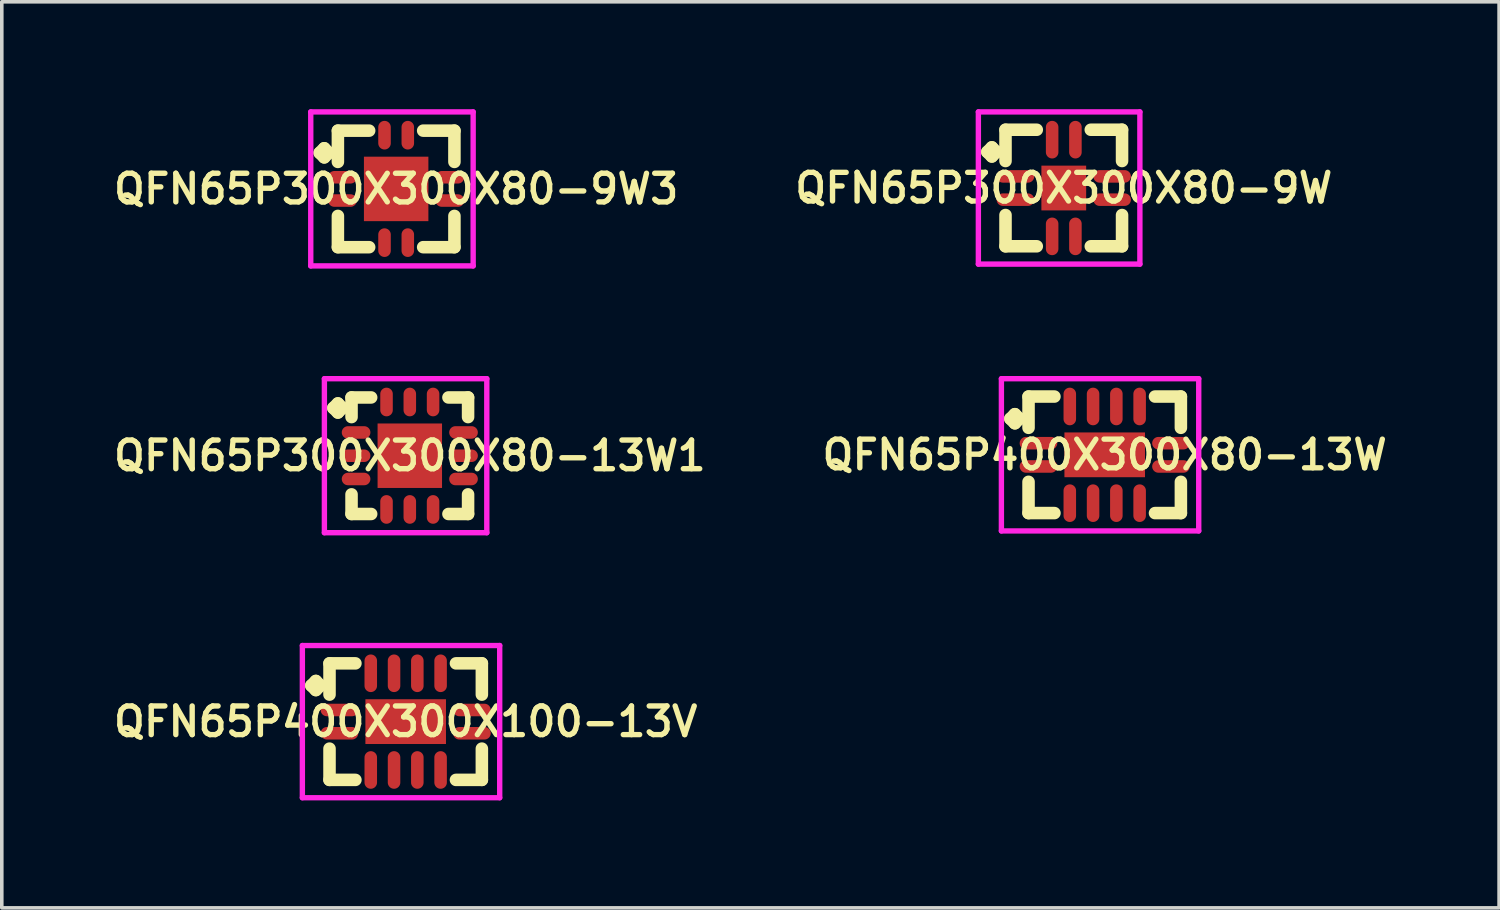
<source format=kicad_pcb>
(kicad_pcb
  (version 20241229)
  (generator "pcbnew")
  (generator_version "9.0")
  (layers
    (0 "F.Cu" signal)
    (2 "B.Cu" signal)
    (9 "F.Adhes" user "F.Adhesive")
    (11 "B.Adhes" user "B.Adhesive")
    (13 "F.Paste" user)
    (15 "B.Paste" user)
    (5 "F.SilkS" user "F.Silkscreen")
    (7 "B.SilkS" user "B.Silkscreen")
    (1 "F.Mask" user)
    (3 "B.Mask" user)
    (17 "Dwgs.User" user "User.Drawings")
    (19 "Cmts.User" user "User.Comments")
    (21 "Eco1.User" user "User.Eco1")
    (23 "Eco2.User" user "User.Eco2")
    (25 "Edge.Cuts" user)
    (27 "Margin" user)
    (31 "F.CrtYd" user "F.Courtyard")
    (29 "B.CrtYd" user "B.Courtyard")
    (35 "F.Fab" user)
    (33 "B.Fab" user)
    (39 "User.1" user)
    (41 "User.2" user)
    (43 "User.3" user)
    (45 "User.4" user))
  (footprint "QFN65P400X300X100-13V"
    (layer "F.Cu")
    (at 8.278 17.1)
    (property "Reference" "QFN65P400X300X100-13V" (at 0 0 0) (layer "F.SilkS") (effects (font (size 0.8 0.8) (thickness 0.15))))
    (attr through_hole)
    (fp_line (start -2.635 -1.008) (end -2.508 -1.135) (stroke (width 0.35) (type solid)) (layer "F.SilkS"))
    (fp_line (start -2.508 -1.135) (end -2.381 -1.008) (stroke (width 0.35) (type solid)) (layer "F.SilkS"))
    (fp_line (start -2.508 -0.881) (end -2.635 -1.008) (stroke (width 0.35) (type solid)) (layer "F.SilkS"))
    (fp_line (start -2.381 -1.008) (end -2.508 -0.881) (stroke (width 0.35) (type solid)) (layer "F.SilkS"))
    (fp_line (start -2.127 -1.627) (end -1.404 -1.627) (stroke (width 0.35) (type solid)) (layer "F.SilkS"))
    (fp_line (start -2.127 -0.754) (end -2.127 -1.627) (stroke (width 0.35) (type solid)) (layer "F.SilkS"))
    (fp_line (start -2.127 0.754) (end -2.127 1.627) (stroke (width 0.35) (type solid)) (layer "F.SilkS"))
    (fp_line (start -2.127 1.627) (end -1.404 1.627) (stroke (width 0.35) (type solid)) (layer "F.SilkS"))
    (fp_line (start 1.404 -1.627) (end 2.127 -1.627) (stroke (width 0.35) (type solid)) (layer "F.SilkS"))
    (fp_line (start 1.404 1.627) (end 2.127 1.627) (stroke (width 0.35) (type solid)) (layer "F.SilkS"))
    (fp_line (start 2.127 -1.627) (end 2.127 -0.754) (stroke (width 0.35) (type solid)) (layer "F.SilkS"))
    (fp_line (start 2.127 1.627) (end 2.127 0.754) (stroke (width 0.35) (type solid)) (layer "F.SilkS"))
    (fp_line (start -2.885 -2.125) (end 2.625 -2.125) (stroke (width 0.15) (type solid)) (layer "F.CrtYd"))
    (fp_line (start -2.885 2.125) (end -2.885 -2.125) (stroke (width 0.15) (type solid)) (layer "F.CrtYd"))
    (fp_line (start 2.625 -2.125) (end 2.625 2.125) (stroke (width 0.15) (type solid)) (layer "F.CrtYd"))
    (fp_line (start 2.625 2.125) (end -2.885 2.125) (stroke (width 0.15) (type solid)) (layer "F.CrtYd"))
    (pad "1" smd oval (at -1.85 -0.325) (size 1.05 0.35) (layers "F.Cu" "F.Mask" "F.Paste"))
    (pad "2" smd oval (at -1.85 0.325) (size 1.05 0.35) (layers "F.Cu" "F.Mask" "F.Paste"))
    (pad "3" smd oval (at -0.975 1.35) (size 0.35 1.05) (layers "F.Cu" "F.Mask" "F.Paste"))
    (pad "4" smd oval (at -0.325 1.35) (size 0.35 1.05) (layers "F.Cu" "F.Mask" "F.Paste"))
    (pad "5" smd oval (at 0.325 1.35) (size 0.35 1.05) (layers "F.Cu" "F.Mask" "F.Paste"))
    (pad "6" smd oval (at 0.975 1.35) (size 0.35 1.05) (layers "F.Cu" "F.Mask" "F.Paste"))
    (pad "7" smd oval (at 1.85 0.325) (size 1.05 0.35) (layers "F.Cu" "F.Mask" "F.Paste"))
    (pad "8" smd oval (at 1.85 -0.325) (size 1.05 0.35) (layers "F.Cu" "F.Mask" "F.Paste"))
    (pad "9" smd oval (at 0.975 -1.35) (size 0.35 1.05) (layers "F.Cu" "F.Mask" "F.Paste"))
    (pad "10" smd oval (at 0.325 -1.35) (size 0.35 1.05) (layers "F.Cu" "F.Mask" "F.Paste"))
    (pad "11" smd oval (at -0.325 -1.35) (size 0.35 1.05) (layers "F.Cu" "F.Mask" "F.Paste"))
    (pad "12" smd oval (at -0.975 -1.35) (size 0.35 1.05) (layers "F.Cu" "F.Mask" "F.Paste"))
    (pad "13" smd rect (at 0 0) (size 2.25 1.25) (layers "F.Cu" "F.Mask" "F.Paste")))
  (footprint "QFN65P400X300X80-13W"
    (layer "F.Cu")
    (at 27.797 9.65)
    (property "Reference" "QFN65P400X300X80-13W" (at 0 0 0) (layer "F.SilkS") (effects (font (size 0.8 0.8) (thickness 0.15))))
    (attr through_hole)
    (fp_line (start -2.635 -1.008) (end -2.508 -1.135) (stroke (width 0.35) (type solid)) (layer "F.SilkS"))
    (fp_line (start -2.508 -1.135) (end -2.381 -1.008) (stroke (width 0.35) (type solid)) (layer "F.SilkS"))
    (fp_line (start -2.508 -0.881) (end -2.635 -1.008) (stroke (width 0.35) (type solid)) (layer "F.SilkS"))
    (fp_line (start -2.381 -1.008) (end -2.508 -0.881) (stroke (width 0.35) (type solid)) (layer "F.SilkS"))
    (fp_line (start -2.127 -1.627) (end -1.404 -1.627) (stroke (width 0.35) (type solid)) (layer "F.SilkS"))
    (fp_line (start -2.127 -0.754) (end -2.127 -1.627) (stroke (width 0.35) (type solid)) (layer "F.SilkS"))
    (fp_line (start -2.127 0.754) (end -2.127 1.627) (stroke (width 0.35) (type solid)) (layer "F.SilkS"))
    (fp_line (start -2.127 1.627) (end -1.404 1.627) (stroke (width 0.35) (type solid)) (layer "F.SilkS"))
    (fp_line (start 1.404 -1.627) (end 2.127 -1.627) (stroke (width 0.35) (type solid)) (layer "F.SilkS"))
    (fp_line (start 1.404 1.627) (end 2.127 1.627) (stroke (width 0.35) (type solid)) (layer "F.SilkS"))
    (fp_line (start 2.127 -1.627) (end 2.127 -0.754) (stroke (width 0.35) (type solid)) (layer "F.SilkS"))
    (fp_line (start 2.127 1.627) (end 2.127 0.754) (stroke (width 0.35) (type solid)) (layer "F.SilkS"))
    (fp_line (start -2.885 -2.125) (end 2.625 -2.125) (stroke (width 0.15) (type solid)) (layer "F.CrtYd"))
    (fp_line (start -2.885 2.125) (end -2.885 -2.125) (stroke (width 0.15) (type solid)) (layer "F.CrtYd"))
    (fp_line (start 2.625 -2.125) (end 2.625 2.125) (stroke (width 0.15) (type solid)) (layer "F.CrtYd"))
    (fp_line (start 2.625 2.125) (end -2.885 2.125) (stroke (width 0.15) (type solid)) (layer "F.CrtYd"))
    (pad "1" smd oval (at -1.85 -0.325) (size 1.05 0.35) (layers "F.Cu" "F.Mask" "F.Paste"))
    (pad "2" smd oval (at -1.85 0.325) (size 1.05 0.35) (layers "F.Cu" "F.Mask" "F.Paste"))
    (pad "3" smd oval (at -0.975 1.35) (size 0.35 1.05) (layers "F.Cu" "F.Mask" "F.Paste"))
    (pad "4" smd oval (at -0.325 1.35) (size 0.35 1.05) (layers "F.Cu" "F.Mask" "F.Paste"))
    (pad "5" smd oval (at 0.325 1.35) (size 0.35 1.05) (layers "F.Cu" "F.Mask" "F.Paste"))
    (pad "6" smd oval (at 0.975 1.35) (size 0.35 1.05) (layers "F.Cu" "F.Mask" "F.Paste"))
    (pad "7" smd oval (at 1.85 0.325) (size 1.05 0.35) (layers "F.Cu" "F.Mask" "F.Paste"))
    (pad "8" smd oval (at 1.85 -0.325) (size 1.05 0.35) (layers "F.Cu" "F.Mask" "F.Paste"))
    (pad "9" smd oval (at 0.975 -1.35) (size 0.35 1.05) (layers "F.Cu" "F.Mask" "F.Paste"))
    (pad "10" smd oval (at 0.325 -1.35) (size 0.35 1.05) (layers "F.Cu" "F.Mask" "F.Paste"))
    (pad "11" smd oval (at -0.325 -1.35) (size 0.35 1.05) (layers "F.Cu" "F.Mask" "F.Paste"))
    (pad "12" smd oval (at -0.975 -1.35) (size 0.35 1.05) (layers "F.Cu" "F.Mask" "F.Paste"))
    (pad "13" smd rect (at 0 0) (size 2.25 1.25) (layers "F.Cu" "F.Mask" "F.Paste")))
  (footprint "QFN65P300X300X80-9W"
    (layer "F.Cu")
    (at 26.654 2.2)
    (property "Reference" "QFN65P300X300X80-9W" (at 0 0 0) (layer "F.SilkS") (effects (font (size 0.8 0.8) (thickness 0.15))))
    (attr smd)
    (fp_line (start -2.135 -1.008) (end -2.008 -1.135) (stroke (width 0.35) (type solid)) (layer "F.SilkS"))
    (fp_line (start -2.008 -1.135) (end -1.881 -1.008) (stroke (width 0.35) (type solid)) (layer "F.SilkS"))
    (fp_line (start -2.008 -0.881) (end -2.135 -1.008) (stroke (width 0.35) (type solid)) (layer "F.SilkS"))
    (fp_line (start -1.881 -1.008) (end -2.008 -0.881) (stroke (width 0.35) (type solid)) (layer "F.SilkS"))
    (fp_line (start -1.627 -1.627) (end -0.754 -1.627) (stroke (width 0.35) (type solid)) (layer "F.SilkS"))
    (fp_line (start -1.627 -0.754) (end -1.627 -1.627) (stroke (width 0.35) (type solid)) (layer "F.SilkS"))
    (fp_line (start -1.627 0.754) (end -1.627 1.627) (stroke (width 0.35) (type solid)) (layer "F.SilkS"))
    (fp_line (start -1.627 1.627) (end -0.754 1.627) (stroke (width 0.35) (type solid)) (layer "F.SilkS"))
    (fp_line (start 0.754 -1.627) (end 1.627 -1.627) (stroke (width 0.35) (type solid)) (layer "F.SilkS"))
    (fp_line (start 0.754 1.627) (end 1.627 1.627) (stroke (width 0.35) (type solid)) (layer "F.SilkS"))
    (fp_line (start 1.627 -1.627) (end 1.627 -0.754) (stroke (width 0.35) (type solid)) (layer "F.SilkS"))
    (fp_line (start 1.627 1.627) (end 1.627 0.754) (stroke (width 0.35) (type solid)) (layer "F.SilkS"))
    (fp_line (start -2.385 -2.125) (end 2.125 -2.125) (stroke (width 0.15) (type solid)) (layer "F.CrtYd"))
    (fp_line (start -2.385 2.125) (end -2.385 -2.125) (stroke (width 0.15) (type solid)) (layer "F.CrtYd"))
    (fp_line (start 2.125 -2.125) (end 2.125 2.125) (stroke (width 0.15) (type solid)) (layer "F.CrtYd"))
    (fp_line (start 2.125 2.125) (end -2.385 2.125) (stroke (width 0.15) (type solid)) (layer "F.CrtYd"))
    (pad "1" smd oval (at -1.35 -0.325) (size 1.05 0.35) (layers "F.Cu" "F.Mask" "F.Paste"))
    (pad "2" smd oval (at -1.35 0.325) (size 1.05 0.35) (layers "F.Cu" "F.Mask" "F.Paste"))
    (pad "3" smd oval (at -0.325 1.35) (size 0.35 1.05) (layers "F.Cu" "F.Mask" "F.Paste"))
    (pad "4" smd oval (at 0.325 1.35) (size 0.35 1.05) (layers "F.Cu" "F.Mask" "F.Paste"))
    (pad "5" smd oval (at 1.35 0.325) (size 1.05 0.35) (layers "F.Cu" "F.Mask" "F.Paste"))
    (pad "6" smd oval (at 1.35 -0.325) (size 1.05 0.35) (layers "F.Cu" "F.Mask" "F.Paste"))
    (pad "7" smd oval (at 0.325 -1.35) (size 0.35 1.05) (layers "F.Cu" "F.Mask" "F.Paste"))
    (pad "8" smd oval (at -0.325 -1.35) (size 0.35 1.05) (layers "F.Cu" "F.Mask" "F.Paste"))
    (pad "9" smd rect (at 0 0) (size 1.25 1.25) (layers "F.Cu" "F.Mask" "F.Paste")))
  (footprint "QFN65P300X300X80-9W3"
    (layer "F.Cu")
    (at 8.012 2.225)
    (property "Reference" "QFN65P300X300X80-9W3" (at 0 0 0) (layer "F.SilkS") (effects (font (size 0.8 0.8) (thickness 0.15))))
    (attr smd)
    (fp_line (start -2.135 -1.008) (end -2.008 -1.135) (stroke (width 0.35) (type solid)) (layer "F.SilkS"))
    (fp_line (start -2.008 -1.135) (end -1.881 -1.008) (stroke (width 0.35) (type solid)) (layer "F.SilkS"))
    (fp_line (start -2.008 -0.881) (end -2.135 -1.008) (stroke (width 0.35) (type solid)) (layer "F.SilkS"))
    (fp_line (start -1.881 -1.008) (end -2.008 -0.881) (stroke (width 0.35) (type solid)) (layer "F.SilkS"))
    (fp_line (start -1.627 -1.627) (end -0.754 -1.627) (stroke (width 0.35) (type solid)) (layer "F.SilkS"))
    (fp_line (start -1.627 -0.754) (end -1.627 -1.627) (stroke (width 0.35) (type solid)) (layer "F.SilkS"))
    (fp_line (start -1.627 0.754) (end -1.627 1.627) (stroke (width 0.35) (type solid)) (layer "F.SilkS"))
    (fp_line (start -1.627 1.627) (end -0.754 1.627) (stroke (width 0.35) (type solid)) (layer "F.SilkS"))
    (fp_line (start 0.754 -1.627) (end 1.627 -1.627) (stroke (width 0.35) (type solid)) (layer "F.SilkS"))
    (fp_line (start 0.754 1.627) (end 1.627 1.627) (stroke (width 0.35) (type solid)) (layer "F.SilkS"))
    (fp_line (start 1.627 -1.627) (end 1.627 -0.754) (stroke (width 0.35) (type solid)) (layer "F.SilkS"))
    (fp_line (start 1.627 1.627) (end 1.627 0.754) (stroke (width 0.35) (type solid)) (layer "F.SilkS"))
    (fp_line (start -2.385 -2.15) (end 2.15 -2.15) (stroke (width 0.15) (type solid)) (layer "F.CrtYd"))
    (fp_line (start -2.385 2.15) (end -2.385 -2.15) (stroke (width 0.15) (type solid)) (layer "F.CrtYd"))
    (fp_line (start 2.15 -2.15) (end 2.15 2.15) (stroke (width 0.15) (type solid)) (layer "F.CrtYd"))
    (fp_line (start 2.15 2.15) (end -2.385 2.15) (stroke (width 0.15) (type solid)) (layer "F.CrtYd"))
    (pad "1" smd oval (at -1.5 -0.325) (size 0.8 0.35) (layers "F.Cu" "F.Mask" "F.Paste"))
    (pad "2" smd oval (at -1.5 0.325) (size 0.8 0.35) (layers "F.Cu" "F.Mask" "F.Paste"))
    (pad "3" smd oval (at -0.325 1.5) (size 0.35 0.8) (layers "F.Cu" "F.Mask" "F.Paste"))
    (pad "4" smd oval (at 0.325 1.5) (size 0.35 0.8) (layers "F.Cu" "F.Mask" "F.Paste"))
    (pad "5" smd oval (at 1.5 0.325) (size 0.8 0.35) (layers "F.Cu" "F.Mask" "F.Paste"))
    (pad "6" smd oval (at 1.5 -0.325) (size 0.8 0.35) (layers "F.Cu" "F.Mask" "F.Paste"))
    (pad "7" smd oval (at 0.325 -1.5) (size 0.35 0.8) (layers "F.Cu" "F.Mask" "F.Paste"))
    (pad "8" smd oval (at -0.325 -1.5) (size 0.35 0.8) (layers "F.Cu" "F.Mask" "F.Paste"))
    (pad "9" smd rect (at 0 0) (size 1.8 1.8) (layers "F.Cu" "F.Mask" "F.Paste")))
  (footprint "QFN65P300X300X80-13W1"
    (layer "F.Cu")
    (at 8.393 9.675)
    (property "Reference" "QFN65P300X300X80-13W1" (at 0 0 0) (layer "F.SilkS") (effects (font (size 0.8 0.8) (thickness 0.15))))
    (attr smd)
    (fp_line (start -2.135 -1.333) (end -2.008 -1.46) (stroke (width 0.35) (type solid)) (layer "F.SilkS"))
    (fp_line (start -2.008 -1.46) (end -1.881 -1.333) (stroke (width 0.35) (type solid)) (layer "F.SilkS"))
    (fp_line (start -2.008 -1.206) (end -2.135 -1.333) (stroke (width 0.35) (type solid)) (layer "F.SilkS"))
    (fp_line (start -1.881 -1.333) (end -2.008 -1.206) (stroke (width 0.35) (type solid)) (layer "F.SilkS"))
    (fp_line (start -1.627 -1.627) (end -1.079 -1.627) (stroke (width 0.35) (type solid)) (layer "F.SilkS"))
    (fp_line (start -1.627 -1.079) (end -1.627 -1.627) (stroke (width 0.35) (type solid)) (layer "F.SilkS"))
    (fp_line (start -1.627 1.079) (end -1.627 1.627) (stroke (width 0.35) (type solid)) (layer "F.SilkS"))
    (fp_line (start -1.627 1.627) (end -1.079 1.627) (stroke (width 0.35) (type solid)) (layer "F.SilkS"))
    (fp_line (start 1.079 -1.627) (end 1.627 -1.627) (stroke (width 0.35) (type solid)) (layer "F.SilkS"))
    (fp_line (start 1.079 1.627) (end 1.627 1.627) (stroke (width 0.35) (type solid)) (layer "F.SilkS"))
    (fp_line (start 1.627 -1.627) (end 1.627 -1.079) (stroke (width 0.35) (type solid)) (layer "F.SilkS"))
    (fp_line (start 1.627 1.627) (end 1.627 1.079) (stroke (width 0.35) (type solid)) (layer "F.SilkS"))
    (fp_line (start -2.385 -2.15) (end 2.15 -2.15) (stroke (width 0.15) (type solid)) (layer "F.CrtYd"))
    (fp_line (start -2.385 2.15) (end -2.385 -2.15) (stroke (width 0.15) (type solid)) (layer "F.CrtYd"))
    (fp_line (start 2.15 -2.15) (end 2.15 2.15) (stroke (width 0.15) (type solid)) (layer "F.CrtYd"))
    (fp_line (start 2.15 2.15) (end -2.385 2.15) (stroke (width 0.15) (type solid)) (layer "F.CrtYd"))
    (pad "1" smd oval (at -1.5 -0.65) (size 0.8 0.35) (layers "F.Cu" "F.Mask" "F.Paste"))
    (pad "2" smd oval (at -1.5 0) (size 0.8 0.35) (layers "F.Cu" "F.Mask" "F.Paste"))
    (pad "3" smd oval (at -1.5 0.65) (size 0.8 0.35) (layers "F.Cu" "F.Mask" "F.Paste"))
    (pad "4" smd oval (at -0.65 1.5) (size 0.35 0.8) (layers "F.Cu" "F.Mask" "F.Paste"))
    (pad "5" smd oval (at 0 1.5) (size 0.35 0.8) (layers "F.Cu" "F.Mask" "F.Paste"))
    (pad "6" smd oval (at 0.65 1.5) (size 0.35 0.8) (layers "F.Cu" "F.Mask" "F.Paste"))
    (pad "7" smd oval (at 1.5 0.65) (size 0.8 0.35) (layers "F.Cu" "F.Mask" "F.Paste"))
    (pad "8" smd oval (at 1.5 0) (size 0.8 0.35) (layers "F.Cu" "F.Mask" "F.Paste"))
    (pad "9" smd oval (at 1.5 -0.65) (size 0.8 0.35) (layers "F.Cu" "F.Mask" "F.Paste"))
    (pad "10" smd oval (at 0.65 -1.5) (size 0.35 0.8) (layers "F.Cu" "F.Mask" "F.Paste"))
    (pad "11" smd oval (at 0 -1.5) (size 0.35 0.8) (layers "F.Cu" "F.Mask" "F.Paste"))
    (pad "12" smd oval (at -0.65 -1.5) (size 0.35 0.8) (layers "F.Cu" "F.Mask" "F.Paste"))
    (pad "13" smd rect (at 0 0) (size 1.8 1.8) (layers "F.Cu" "F.Mask" "F.Paste")))
  (gr_rect
    (start -3 -3)
    (end 38.809 22.3)
    (stroke (width 0.1) (type default))
    (fill no)
    (layer "Edge.Cuts")))
</source>
